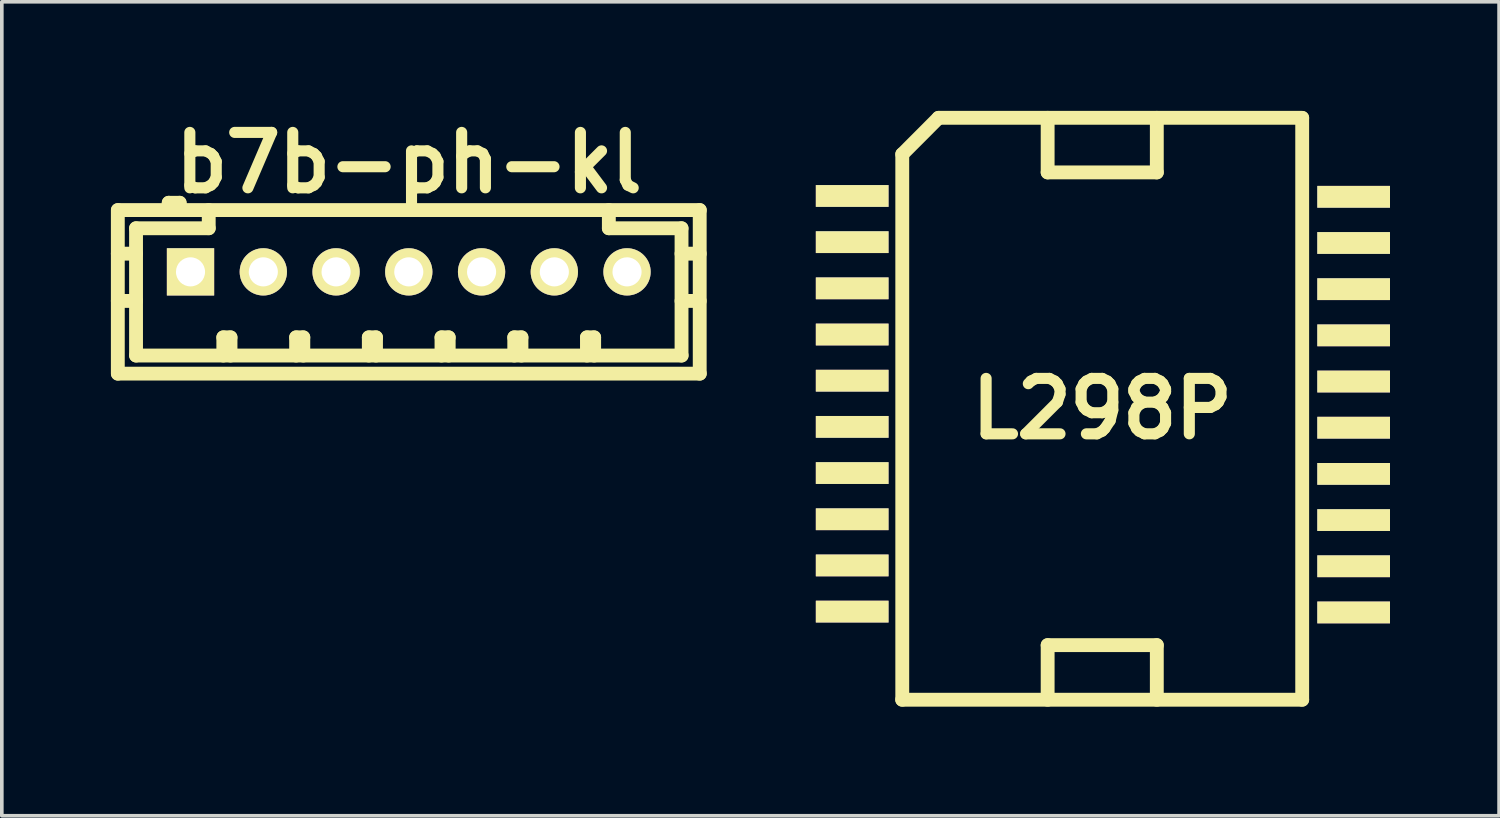
<source format=kicad_pcb>
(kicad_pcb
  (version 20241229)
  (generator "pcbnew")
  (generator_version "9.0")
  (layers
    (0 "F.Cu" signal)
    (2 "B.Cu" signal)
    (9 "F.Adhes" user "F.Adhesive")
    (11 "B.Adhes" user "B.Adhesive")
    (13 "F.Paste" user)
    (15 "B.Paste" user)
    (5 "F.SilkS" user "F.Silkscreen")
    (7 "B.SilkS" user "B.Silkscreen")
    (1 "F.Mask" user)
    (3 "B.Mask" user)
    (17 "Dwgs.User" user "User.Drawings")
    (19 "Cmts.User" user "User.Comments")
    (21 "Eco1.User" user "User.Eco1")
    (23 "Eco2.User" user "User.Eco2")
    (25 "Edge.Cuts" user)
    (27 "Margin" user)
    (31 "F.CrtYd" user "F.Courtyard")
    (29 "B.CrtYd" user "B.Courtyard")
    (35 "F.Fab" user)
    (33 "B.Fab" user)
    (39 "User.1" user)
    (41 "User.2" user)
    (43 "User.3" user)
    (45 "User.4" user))
  (footprint "b7b-ph-kl"
    (layer "F.Cu")
    (at 8.194 4.426)
    (property "Reference" "b7b-ph-kl" (at 0 -3 0) (layer "F.SilkS") (effects (font (size 1.524 1.524) (thickness 0.305))))
    (attr through_hole)
    (fp_line (start -8.004 -1.699) (end -8.004 2.799) (stroke (width 0.381) (type solid)) (layer "F.SilkS"))
    (fp_line (start -8.001 -1.699) (end 8.001 -1.699) (stroke (width 0.381) (type solid)) (layer "F.SilkS"))
    (fp_line (start -8.001 2.799) (end 8.001 2.799) (stroke (width 0.381) (type solid)) (layer "F.SilkS"))
    (fp_line (start -7.503 -1.199) (end -7.503 2.301) (stroke (width 0.381) (type solid)) (layer "F.SilkS"))
    (fp_line (start -7.503 -0.5) (end -8.004 -0.5) (stroke (width 0.381) (type solid)) (layer "F.SilkS"))
    (fp_line (start -7.503 0.8) (end -8.004 0.8) (stroke (width 0.381) (type solid)) (layer "F.SilkS"))
    (fp_line (start -6.604 -1.9) (end -6.604 -1.699) (stroke (width 0.381) (type solid)) (layer "F.SilkS"))
    (fp_line (start -6.304 -1.9) (end -6.604 -1.9) (stroke (width 0.381) (type solid)) (layer "F.SilkS"))
    (fp_line (start -6.304 -1.699) (end -6.304 -1.9) (stroke (width 0.381) (type solid)) (layer "F.SilkS"))
    (fp_line (start -5.504 -1.699) (end -5.504 -1.199) (stroke (width 0.381) (type solid)) (layer "F.SilkS"))
    (fp_line (start -5.504 -1.199) (end -7.503 -1.199) (stroke (width 0.381) (type solid)) (layer "F.SilkS"))
    (fp_line (start -5.103 1.801) (end -4.905 1.801) (stroke (width 0.381) (type solid)) (layer "F.SilkS"))
    (fp_line (start -5.103 2.301) (end -5.103 1.801) (stroke (width 0.381) (type solid)) (layer "F.SilkS"))
    (fp_line (start -4.905 1.801) (end -4.905 2.301) (stroke (width 0.381) (type solid)) (layer "F.SilkS"))
    (fp_line (start -3.101 1.801) (end -2.903 1.801) (stroke (width 0.381) (type solid)) (layer "F.SilkS"))
    (fp_line (start -3.101 2.301) (end -3.101 1.801) (stroke (width 0.381) (type solid)) (layer "F.SilkS"))
    (fp_line (start -2.903 1.801) (end -2.903 2.301) (stroke (width 0.381) (type solid)) (layer "F.SilkS"))
    (fp_line (start -1.102 1.801) (end -0.904 1.801) (stroke (width 0.381) (type solid)) (layer "F.SilkS"))
    (fp_line (start -1.102 2.301) (end -1.102 1.801) (stroke (width 0.381) (type solid)) (layer "F.SilkS"))
    (fp_line (start -0.904 1.801) (end -0.904 2.301) (stroke (width 0.381) (type solid)) (layer "F.SilkS"))
    (fp_line (start 0.897 1.801) (end 1.095 1.801) (stroke (width 0.381) (type solid)) (layer "F.SilkS"))
    (fp_line (start 0.897 2.301) (end 0.897 1.801) (stroke (width 0.381) (type solid)) (layer "F.SilkS"))
    (fp_line (start 1.095 1.801) (end 1.095 2.301) (stroke (width 0.381) (type solid)) (layer "F.SilkS"))
    (fp_line (start 2.898 1.801) (end 3.096 1.801) (stroke (width 0.381) (type solid)) (layer "F.SilkS"))
    (fp_line (start 2.898 2.301) (end 2.898 1.801) (stroke (width 0.381) (type solid)) (layer "F.SilkS"))
    (fp_line (start 3.096 1.801) (end 3.096 2.301) (stroke (width 0.381) (type solid)) (layer "F.SilkS"))
    (fp_line (start 4.897 1.801) (end 5.095 1.801) (stroke (width 0.381) (type solid)) (layer "F.SilkS"))
    (fp_line (start 4.897 2.301) (end 4.897 1.801) (stroke (width 0.381) (type solid)) (layer "F.SilkS"))
    (fp_line (start 5.095 1.801) (end 5.095 2.301) (stroke (width 0.381) (type solid)) (layer "F.SilkS"))
    (fp_line (start 5.499 -1.199) (end 5.499 -1.699) (stroke (width 0.381) (type solid)) (layer "F.SilkS"))
    (fp_line (start 7.498 -1.199) (end 5.499 -1.199) (stroke (width 0.381) (type solid)) (layer "F.SilkS"))
    (fp_line (start 7.498 0.8) (end 7.998 0.8) (stroke (width 0.381) (type solid)) (layer "F.SilkS"))
    (fp_line (start 7.498 2.301) (end 7.498 -1.199) (stroke (width 0.381) (type solid)) (layer "F.SilkS"))
    (fp_line (start 7.501 2.301) (end -7.501 2.301) (stroke (width 0.381) (type solid)) (layer "F.SilkS"))
    (fp_line (start 7.998 -1.699) (end 7.998 2.799) (stroke (width 0.381) (type solid)) (layer "F.SilkS"))
    (fp_line (start 7.998 -0.5) (end 7.498 -0.5) (stroke (width 0.381) (type solid)) (layer "F.SilkS"))
    (pad "1" thru_hole rect (at -6.005 0) (size 1.3 1.3) (drill 0.8) (layers "*.Cu" "*.Mask" "F.SilkS"))
    (pad "2" thru_hole circle (at -4.003 0) (size 1.3 1.3) (drill 0.8) (layers "*.Cu" "*.Mask" "F.SilkS"))
    (pad "3" thru_hole circle (at -2.002 0) (size 1.3 1.3) (drill 0.8) (layers "*.Cu" "*.Mask" "F.SilkS"))
    (pad "4" thru_hole circle (at -0.003 0) (size 1.3 1.3) (drill 0.8) (layers "*.Cu" "*.Mask" "F.SilkS"))
    (pad "5" thru_hole circle (at 1.999 0) (size 1.3 1.3) (drill 0.8) (layers "*.Cu" "*.Mask" "F.SilkS"))
    (pad "6" thru_hole circle (at 4 0) (size 1.3 1.3) (drill 0.8) (layers "*.Cu" "*.Mask" "F.SilkS"))
    (pad "7" thru_hole circle (at 5.999 0) (size 1.3 1.3) (drill 0.8) (layers "*.Cu" "*.Mask" "F.SilkS")))
  (footprint "L298P"
    (layer "F.Cu")
    (at 27.261 8.191)
    (property "Reference" "L298P" (at 0 0 0) (layer "F.SilkS") (effects (font (size 1.524 1.524) (thickness 0.305))))
    (attr through_hole)
    (fp_line (start -5.502 8.001) (end 5.499 8.001) (stroke (width 0.381) (type solid)) (layer "F.SilkS"))
    (fp_line (start -5.499 -7) (end -5.499 8.001) (stroke (width 0.381) (type solid)) (layer "F.SilkS"))
    (fp_line (start -4.501 -8.001) (end -5.499 -7) (stroke (width 0.381) (type solid)) (layer "F.SilkS"))
    (fp_line (start -4.501 -8.001) (end 5.499 -8.001) (stroke (width 0.381) (type solid)) (layer "F.SilkS"))
    (fp_line (start -1.501 -6.5) (end -1.501 -8.001) (stroke (width 0.381) (type solid)) (layer "F.SilkS"))
    (fp_line (start -1.501 6.5) (end -1.501 8.001) (stroke (width 0.381) (type solid)) (layer "F.SilkS"))
    (fp_line (start 1.501 -8.001) (end 1.501 -6.5) (stroke (width 0.381) (type solid)) (layer "F.SilkS"))
    (fp_line (start 1.501 -6.5) (end -1.501 -6.5) (stroke (width 0.381) (type solid)) (layer "F.SilkS"))
    (fp_line (start 1.501 6.5) (end -1.501 6.5) (stroke (width 0.381) (type solid)) (layer "F.SilkS"))
    (fp_line (start 1.501 8.001) (end 1.501 6.5) (stroke (width 0.381) (type solid)) (layer "F.SilkS"))
    (fp_line (start 5.499 8.001) (end 5.499 -7.998) (stroke (width 0.381) (type solid)) (layer "F.SilkS"))
    (pad "1" thru_hole rect (at -6.876 -5.852 90) (size 0.599 1.999) (drill 0.000001) (layers "*.Cu" "*.Mask" "F.SilkS"))
    (pad "2" thru_hole rect (at -6.876 -4.582 90) (size 0.599 1.999) (drill 0.000001) (layers "*.Cu" "*.Mask" "F.SilkS"))
    (pad "3" thru_hole rect (at -6.876 -3.312 90) (size 0.599 1.999) (drill 0.000001) (layers "*.Cu" "*.Mask" "F.SilkS"))
    (pad "4" thru_hole rect (at -6.876 -2.042 90) (size 0.599 1.999) (drill 0.000001) (layers "*.Cu" "*.Mask" "F.SilkS"))
    (pad "5" thru_hole rect (at -6.876 -0.772 90) (size 0.599 1.999) (drill 0.000001) (layers "*.Cu" "*.Mask" "F.SilkS"))
    (pad "6" thru_hole rect (at -6.876 0.498 90) (size 0.599 1.999) (drill 0.000001) (layers "*.Cu" "*.Mask" "F.SilkS"))
    (pad "7" thru_hole rect (at -6.876 1.768 90) (size 0.599 1.999) (drill 0.000001) (layers "*.Cu" "*.Mask" "F.SilkS"))
    (pad "8" thru_hole rect (at -6.876 3.038 90) (size 0.599 1.999) (drill 0.000001) (layers "*.Cu" "*.Mask" "F.SilkS"))
    (pad "9" thru_hole rect (at -6.876 4.308 90) (size 0.599 1.999) (drill 0.000001) (layers "*.Cu" "*.Mask" "F.SilkS"))
    (pad "10" thru_hole rect (at -6.876 5.578 90) (size 0.599 1.999) (drill 0.000001) (layers "*.Cu" "*.Mask" "F.SilkS"))
    (pad "11" thru_hole rect (at 6.914 5.601 90) (size 0.599 1.999) (drill 0.000001) (layers "*.Cu" "*.Mask" "F.SilkS"))
    (pad "12" thru_hole rect (at 6.914 4.331 90) (size 0.599 1.999) (drill 0.000001) (layers "*.Cu" "*.Mask" "F.SilkS"))
    (pad "13" thru_hole rect (at 6.914 3.061 90) (size 0.599 1.999) (drill 0.000001) (layers "*.Cu" "*.Mask" "F.SilkS"))
    (pad "14" thru_hole rect (at 6.914 1.791 90) (size 0.599 1.999) (drill 0.000001) (layers "*.Cu" "*.Mask" "F.SilkS"))
    (pad "15" thru_hole rect (at 6.914 0.521 90) (size 0.599 1.999) (drill 0.000001) (layers "*.Cu" "*.Mask" "F.SilkS"))
    (pad "16" thru_hole rect (at 6.914 -0.749 90) (size 0.599 1.999) (drill 0.000001) (layers "*.Cu" "*.Mask" "F.SilkS"))
    (pad "17" thru_hole rect (at 6.914 -2.019 90) (size 0.599 1.999) (drill 0.000001) (layers "*.Cu" "*.Mask" "F.SilkS"))
    (pad "18" thru_hole rect (at 6.914 -4.559 90) (size 0.599 1.999) (drill 0.000001) (layers "*.Cu" "*.Mask" "F.SilkS"))
    (pad "19" thru_hole rect (at 6.914 -3.289 90) (size 0.599 1.999) (drill 0.000001) (layers "*.Cu" "*.Mask" "F.SilkS"))
    (pad "20" thru_hole rect (at 6.914 -5.829 90) (size 0.599 1.999) (drill 0.000001) (layers "*.Cu" "*.Mask" "F.SilkS")))
  (gr_rect
    (start -3 -3)
    (end 38.174 19.383)
    (stroke (width 0.1) (type default))
    (fill no)
    (layer "Edge.Cuts")))
</source>
